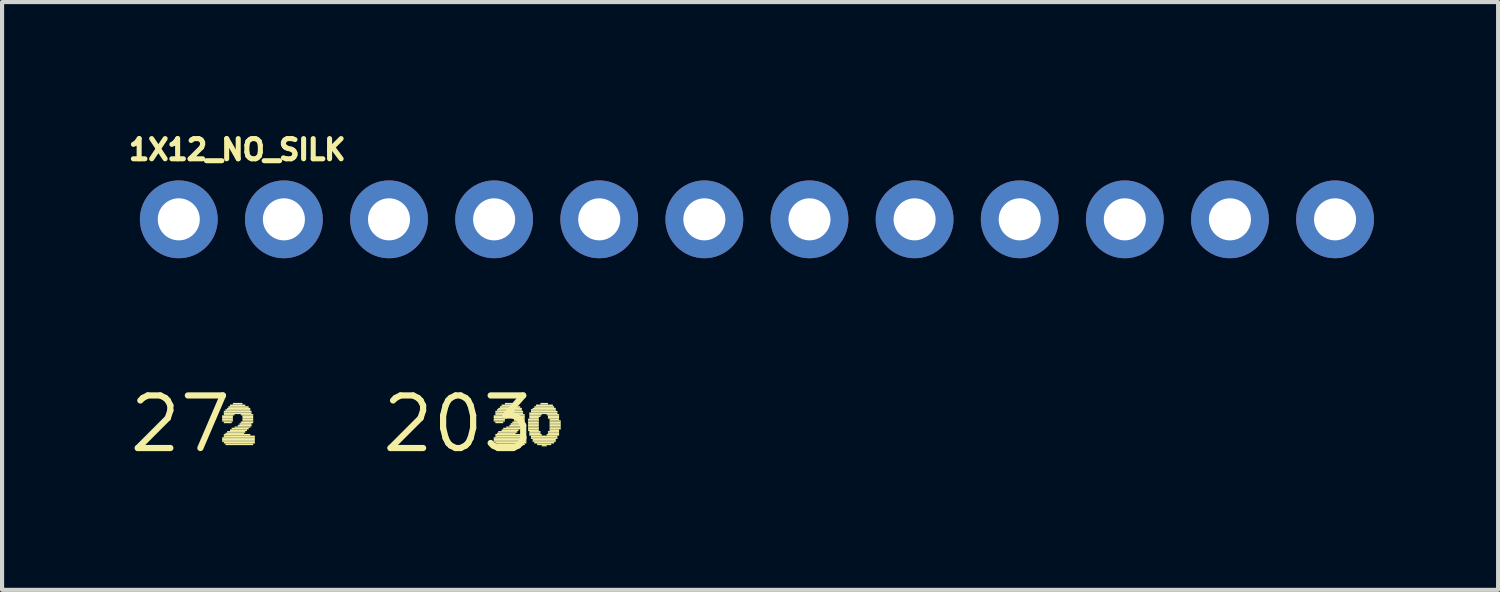
<source format=kicad_pcb>
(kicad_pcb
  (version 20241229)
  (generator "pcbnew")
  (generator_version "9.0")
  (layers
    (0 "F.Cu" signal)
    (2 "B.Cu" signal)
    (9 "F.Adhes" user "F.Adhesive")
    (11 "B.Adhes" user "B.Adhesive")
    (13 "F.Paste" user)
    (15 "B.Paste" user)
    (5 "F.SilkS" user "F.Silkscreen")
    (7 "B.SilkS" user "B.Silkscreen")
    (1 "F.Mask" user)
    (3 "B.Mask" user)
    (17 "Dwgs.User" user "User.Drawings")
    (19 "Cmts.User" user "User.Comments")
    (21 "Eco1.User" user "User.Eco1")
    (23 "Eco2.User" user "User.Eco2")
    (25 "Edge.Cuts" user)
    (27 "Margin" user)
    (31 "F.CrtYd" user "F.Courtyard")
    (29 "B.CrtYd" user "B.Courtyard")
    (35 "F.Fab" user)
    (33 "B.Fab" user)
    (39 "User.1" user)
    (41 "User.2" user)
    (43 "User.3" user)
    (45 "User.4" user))
  (footprint "1X12_NO_SILK"
    (layer "F.Cu")
    (at 1.27 2.25)
    (property "Reference" "1X12_NO_SILK" (at -1.27 -1.397 0) (layer "F.SilkS") (effects (font (size 0.488 0.488) (thickness 0.122)) (justify left bottom)))
    (pad "1" thru_hole circle (at 0 0 90) (size 1.88 1.88) (drill 1.016) (layers "*.Cu" "*.Mask"))
    (pad "2" thru_hole circle (at 2.54 0 90) (size 1.88 1.88) (drill 1.016) (layers "*.Cu" "*.Mask"))
    (pad "3" thru_hole circle (at 5.08 0 90) (size 1.88 1.88) (drill 1.016) (layers "*.Cu" "*.Mask"))
    (pad "4" thru_hole circle (at 7.62 0 90) (size 1.88 1.88) (drill 1.016) (layers "*.Cu" "*.Mask"))
    (pad "5" thru_hole circle (at 10.16 0 90) (size 1.88 1.88) (drill 1.016) (layers "*.Cu" "*.Mask"))
    (pad "6" thru_hole circle (at 12.7 0 90) (size 1.88 1.88) (drill 1.016) (layers "*.Cu" "*.Mask"))
    (pad "7" thru_hole circle (at 15.24 0 90) (size 1.88 1.88) (drill 1.016) (layers "*.Cu" "*.Mask"))
    (pad "8" thru_hole circle (at 17.78 0 90) (size 1.88 1.88) (drill 1.016) (layers "*.Cu" "*.Mask"))
    (pad "9" thru_hole circle (at 20.32 0 90) (size 1.88 1.88) (drill 1.016) (layers "*.Cu" "*.Mask"))
    (pad "10" thru_hole circle (at 22.86 0 90) (size 1.88 1.88) (drill 1.016) (layers "*.Cu" "*.Mask"))
    (pad "11" thru_hole circle (at 25.4 0 90) (size 1.88 1.88) (drill 1.016) (layers "*.Cu" "*.Mask"))
    (pad "12" thru_hole circle (at 27.94 0 90) (size 1.88 1.88) (drill 1.016) (layers "*.Cu" "*.Mask")))
  (footprint "27"
    (layer "F.Cu")
    (at 1.308 7.196)
    (property "Reference" "27" (at 0 0 0) (layer "F.SilkS") (effects (font (size 1.27 1.27) (thickness 0.15))))
    (fp_poly (pts (xy 1.01 -0.17) (xy 1.27 -0.17) (xy 1.27 -0.21) (xy 1.01 -0.21)) (stroke (width 0) (type default)) (fill yes) (layer "F.SilkS"))
    (fp_poly (pts (xy 1.01 -0.13) (xy 1.27 -0.13) (xy 1.27 -0.17) (xy 1.01 -0.17)) (stroke (width 0) (type default)) (fill yes) (layer "F.SilkS"))
    (fp_poly (pts (xy 1.01 -0.09) (xy 1.27 -0.09) (xy 1.27 -0.13) (xy 1.01 -0.13)) (stroke (width 0) (type default)) (fill yes) (layer "F.SilkS"))
    (fp_poly (pts (xy 1.01 -0.06) (xy 1.27 -0.06) (xy 1.27 -0.09) (xy 1.01 -0.09)) (stroke (width 0) (type default)) (fill yes) (layer "F.SilkS"))
    (fp_poly (pts (xy 1.01 0.36) (xy 1.8 0.36) (xy 1.8 0.32) (xy 1.01 0.32)) (stroke (width 0) (type default)) (fill yes) (layer "F.SilkS"))
    (fp_poly (pts (xy 1.01 0.39) (xy 1.8 0.39) (xy 1.8 0.36) (xy 1.01 0.36)) (stroke (width 0) (type default)) (fill yes) (layer "F.SilkS"))
    (fp_poly (pts (xy 1.01 0.43) (xy 1.8 0.43) (xy 1.8 0.39) (xy 1.01 0.39)) (stroke (width 0) (type default)) (fill yes) (layer "F.SilkS"))
    (fp_poly (pts (xy 1.05 -0.28) (xy 1.72 -0.28) (xy 1.72 -0.32) (xy 1.05 -0.32)) (stroke (width 0) (type default)) (fill yes) (layer "F.SilkS"))
    (fp_poly (pts (xy 1.05 -0.24) (xy 1.72 -0.24) (xy 1.72 -0.28) (xy 1.05 -0.28)) (stroke (width 0) (type default)) (fill yes) (layer "F.SilkS"))
    (fp_poly (pts (xy 1.05 -0.21) (xy 1.31 -0.21) (xy 1.31 -0.24) (xy 1.05 -0.24)) (stroke (width 0) (type default)) (fill yes) (layer "F.SilkS"))
    (fp_poly (pts (xy 1.05 -0.02) (xy 1.24 -0.02) (xy 1.24 -0.06) (xy 1.05 -0.06)) (stroke (width 0) (type default)) (fill yes) (layer "F.SilkS"))
    (fp_poly (pts (xy 1.05 0.28) (xy 1.69 0.28) (xy 1.69 0.24) (xy 1.05 0.24)) (stroke (width 0) (type default)) (fill yes) (layer "F.SilkS"))
    (fp_poly (pts (xy 1.05 0.32) (xy 1.8 0.32) (xy 1.8 0.28) (xy 1.05 0.28)) (stroke (width 0) (type default)) (fill yes) (layer "F.SilkS"))
    (fp_poly (pts (xy 1.05 0.47) (xy 1.8 0.47) (xy 1.8 0.43) (xy 1.05 0.43)) (stroke (width 0) (type default)) (fill yes) (layer "F.SilkS"))
    (fp_poly (pts (xy 1.09 -0.32) (xy 1.69 -0.32) (xy 1.69 -0.36) (xy 1.09 -0.36)) (stroke (width 0) (type default)) (fill yes) (layer "F.SilkS"))
    (fp_poly (pts (xy 1.09 0.24) (xy 1.54 0.24) (xy 1.54 0.21) (xy 1.09 0.21)) (stroke (width 0) (type default)) (fill yes) (layer "F.SilkS"))
    (fp_poly (pts (xy 1.09 0.51) (xy 1.76 0.51) (xy 1.76 0.47) (xy 1.09 0.47)) (stroke (width 0) (type default)) (fill yes) (layer "F.SilkS"))
    (fp_poly (pts (xy 1.13 -0.36) (xy 1.69 -0.36) (xy 1.69 -0.39) (xy 1.13 -0.39)) (stroke (width 0) (type default)) (fill yes) (layer "F.SilkS"))
    (fp_poly (pts (xy 1.13 0.21) (xy 1.57 0.21) (xy 1.57 0.17) (xy 1.13 0.17)) (stroke (width 0) (type default)) (fill yes) (layer "F.SilkS"))
    (fp_poly (pts (xy 1.16 -0.39) (xy 1.65 -0.39) (xy 1.65 -0.43) (xy 1.16 -0.43)) (stroke (width 0) (type default)) (fill yes) (layer "F.SilkS"))
    (fp_poly (pts (xy 1.2 -0.43) (xy 1.57 -0.43) (xy 1.57 -0.47) (xy 1.2 -0.47)) (stroke (width 0) (type default)) (fill yes) (layer "F.SilkS"))
    (fp_poly (pts (xy 1.2 0.17) (xy 1.61 0.17) (xy 1.61 0.13) (xy 1.2 0.13)) (stroke (width 0) (type default)) (fill yes) (layer "F.SilkS"))
    (fp_poly (pts (xy 1.24 0.13) (xy 1.65 0.13) (xy 1.65 0.09) (xy 1.24 0.09)) (stroke (width 0) (type default)) (fill yes) (layer "F.SilkS"))
    (fp_poly (pts (xy 1.27 -0.47) (xy 1.5 -0.47) (xy 1.5 -0.51) (xy 1.27 -0.51)) (stroke (width 0) (type default)) (fill yes) (layer "F.SilkS"))
    (fp_poly (pts (xy 1.31 0.09) (xy 1.69 0.09) (xy 1.69 0.06) (xy 1.31 0.06)) (stroke (width 0) (type default)) (fill yes) (layer "F.SilkS"))
    (fp_poly (pts (xy 1.39 0.06) (xy 1.72 0.06) (xy 1.72 0.02) (xy 1.39 0.02)) (stroke (width 0) (type default)) (fill yes) (layer "F.SilkS"))
    (fp_poly (pts (xy 1.43 0.02) (xy 1.72 0.02) (xy 1.72 -0.02) (xy 1.43 -0.02)) (stroke (width 0) (type default)) (fill yes) (layer "F.SilkS"))
    (fp_poly (pts (xy 1.46 -0.21) (xy 1.76 -0.21) (xy 1.76 -0.24) (xy 1.46 -0.24)) (stroke (width 0) (type default)) (fill yes) (layer "F.SilkS"))
    (fp_poly (pts (xy 1.46 -0.02) (xy 1.76 -0.02) (xy 1.76 -0.06) (xy 1.46 -0.06)) (stroke (width 0) (type default)) (fill yes) (layer "F.SilkS"))
    (fp_poly (pts (xy 1.5 -0.17) (xy 1.76 -0.17) (xy 1.76 -0.21) (xy 1.5 -0.21)) (stroke (width 0) (type default)) (fill yes) (layer "F.SilkS"))
    (fp_poly (pts (xy 1.5 -0.13) (xy 1.76 -0.13) (xy 1.76 -0.17) (xy 1.5 -0.17)) (stroke (width 0) (type default)) (fill yes) (layer "F.SilkS"))
    (fp_poly (pts (xy 1.5 -0.09) (xy 1.76 -0.09) (xy 1.76 -0.13) (xy 1.5 -0.13)) (stroke (width 0) (type default)) (fill yes) (layer "F.SilkS"))
    (fp_poly (pts (xy 1.5 -0.06) (xy 1.76 -0.06) (xy 1.76 -0.09) (xy 1.5 -0.09)) (stroke (width 0) (type default)) (fill yes) (layer "F.SilkS")))
  (footprint "203"
    (layer "F.Cu")
    (at 8.02 7.196)
    (property "Reference" "203" (at 0 0 0) (layer "F.SilkS") (effects (font (size 1.27 1.27) (thickness 0.15))))
    (fp_poly (pts (xy 0.86 -0.17) (xy 1.13 -0.17) (xy 1.13 -0.21) (xy 0.86 -0.21)) (stroke (width 0) (type default)) (fill yes) (layer "F.SilkS"))
    (fp_poly (pts (xy 0.86 -0.13) (xy 1.13 -0.13) (xy 1.13 -0.17) (xy 0.86 -0.17)) (stroke (width 0) (type default)) (fill yes) (layer "F.SilkS"))
    (fp_poly (pts (xy 0.86 -0.09) (xy 1.13 -0.09) (xy 1.13 -0.13) (xy 0.86 -0.13)) (stroke (width 0) (type default)) (fill yes) (layer "F.SilkS"))
    (fp_poly (pts (xy 0.86 -0.06) (xy 1.13 -0.06) (xy 1.13 -0.09) (xy 0.86 -0.09)) (stroke (width 0) (type default)) (fill yes) (layer "F.SilkS"))
    (fp_poly (pts (xy 0.86 0.36) (xy 1.65 0.36) (xy 1.65 0.32) (xy 0.86 0.32)) (stroke (width 0) (type default)) (fill yes) (layer "F.SilkS"))
    (fp_poly (pts (xy 0.86 0.39) (xy 1.65 0.39) (xy 1.65 0.36) (xy 0.86 0.36)) (stroke (width 0) (type default)) (fill yes) (layer "F.SilkS"))
    (fp_poly (pts (xy 0.86 0.43) (xy 1.65 0.43) (xy 1.65 0.39) (xy 0.86 0.39)) (stroke (width 0) (type default)) (fill yes) (layer "F.SilkS"))
    (fp_poly (pts (xy 0.9 -0.28) (xy 1.57 -0.28) (xy 1.57 -0.32) (xy 0.9 -0.32)) (stroke (width 0) (type default)) (fill yes) (layer "F.SilkS"))
    (fp_poly (pts (xy 0.9 -0.24) (xy 1.57 -0.24) (xy 1.57 -0.28) (xy 0.9 -0.28)) (stroke (width 0) (type default)) (fill yes) (layer "F.SilkS"))
    (fp_poly (pts (xy 0.9 -0.21) (xy 1.16 -0.21) (xy 1.16 -0.24) (xy 0.9 -0.24)) (stroke (width 0) (type default)) (fill yes) (layer "F.SilkS"))
    (fp_poly (pts (xy 0.9 -0.02) (xy 1.09 -0.02) (xy 1.09 -0.06) (xy 0.9 -0.06)) (stroke (width 0) (type default)) (fill yes) (layer "F.SilkS"))
    (fp_poly (pts (xy 0.9 0.28) (xy 1.54 0.28) (xy 1.54 0.24) (xy 0.9 0.24)) (stroke (width 0) (type default)) (fill yes) (layer "F.SilkS"))
    (fp_poly (pts (xy 0.9 0.32) (xy 1.65 0.32) (xy 1.65 0.28) (xy 0.9 0.28)) (stroke (width 0) (type default)) (fill yes) (layer "F.SilkS"))
    (fp_poly (pts (xy 0.9 0.47) (xy 1.65 0.47) (xy 1.65 0.43) (xy 0.9 0.43)) (stroke (width 0) (type default)) (fill yes) (layer "F.SilkS"))
    (fp_poly (pts (xy 0.94 -0.32) (xy 1.54 -0.32) (xy 1.54 -0.36) (xy 0.94 -0.36)) (stroke (width 0) (type default)) (fill yes) (layer "F.SilkS"))
    (fp_poly (pts (xy 0.94 0.24) (xy 1.39 0.24) (xy 1.39 0.21) (xy 0.94 0.21)) (stroke (width 0) (type default)) (fill yes) (layer "F.SilkS"))
    (fp_poly (pts (xy 0.94 0.51) (xy 1.61 0.51) (xy 1.61 0.47) (xy 0.94 0.47)) (stroke (width 0) (type default)) (fill yes) (layer "F.SilkS"))
    (fp_poly (pts (xy 0.97 -0.36) (xy 1.54 -0.36) (xy 1.54 -0.39) (xy 0.97 -0.39)) (stroke (width 0) (type default)) (fill yes) (layer "F.SilkS"))
    (fp_poly (pts (xy 0.97 0.21) (xy 1.43 0.21) (xy 1.43 0.17) (xy 0.97 0.17)) (stroke (width 0) (type default)) (fill yes) (layer "F.SilkS"))
    (fp_poly (pts (xy 1.01 -0.39) (xy 1.5 -0.39) (xy 1.5 -0.43) (xy 1.01 -0.43)) (stroke (width 0) (type default)) (fill yes) (layer "F.SilkS"))
    (fp_poly (pts (xy 1.05 -0.43) (xy 1.43 -0.43) (xy 1.43 -0.47) (xy 1.05 -0.47)) (stroke (width 0) (type default)) (fill yes) (layer "F.SilkS"))
    (fp_poly (pts (xy 1.05 0.17) (xy 1.46 0.17) (xy 1.46 0.13) (xy 1.05 0.13)) (stroke (width 0) (type default)) (fill yes) (layer "F.SilkS"))
    (fp_poly (pts (xy 1.09 0.13) (xy 1.5 0.13) (xy 1.5 0.09) (xy 1.09 0.09)) (stroke (width 0) (type default)) (fill yes) (layer "F.SilkS"))
    (fp_poly (pts (xy 1.13 -0.47) (xy 1.35 -0.47) (xy 1.35 -0.51) (xy 1.13 -0.51)) (stroke (width 0) (type default)) (fill yes) (layer "F.SilkS"))
    (fp_poly (pts (xy 1.16 0.09) (xy 1.54 0.09) (xy 1.54 0.06) (xy 1.16 0.06)) (stroke (width 0) (type default)) (fill yes) (layer "F.SilkS"))
    (fp_poly (pts (xy 1.24 0.06) (xy 1.57 0.06) (xy 1.57 0.02) (xy 1.24 0.02)) (stroke (width 0) (type default)) (fill yes) (layer "F.SilkS"))
    (fp_poly (pts (xy 1.27 0.02) (xy 1.57 0.02) (xy 1.57 -0.02) (xy 1.27 -0.02)) (stroke (width 0) (type default)) (fill yes) (layer "F.SilkS"))
    (fp_poly (pts (xy 1.31 -0.21) (xy 1.61 -0.21) (xy 1.61 -0.24) (xy 1.31 -0.24)) (stroke (width 0) (type default)) (fill yes) (layer "F.SilkS"))
    (fp_poly (pts (xy 1.31 -0.02) (xy 1.61 -0.02) (xy 1.61 -0.06) (xy 1.31 -0.06)) (stroke (width 0) (type default)) (fill yes) (layer "F.SilkS"))
    (fp_poly (pts (xy 1.35 -0.17) (xy 1.61 -0.17) (xy 1.61 -0.21) (xy 1.35 -0.21)) (stroke (width 0) (type default)) (fill yes) (layer "F.SilkS"))
    (fp_poly (pts (xy 1.35 -0.13) (xy 1.61 -0.13) (xy 1.61 -0.17) (xy 1.35 -0.17)) (stroke (width 0) (type default)) (fill yes) (layer "F.SilkS"))
    (fp_poly (pts (xy 1.35 -0.09) (xy 1.61 -0.09) (xy 1.61 -0.13) (xy 1.35 -0.13)) (stroke (width 0) (type default)) (fill yes) (layer "F.SilkS"))
    (fp_poly (pts (xy 1.35 -0.06) (xy 1.61 -0.06) (xy 1.61 -0.09) (xy 1.35 -0.09)) (stroke (width 0) (type default)) (fill yes) (layer "F.SilkS"))
    (fp_poly (pts (xy 1.69 -0.09) (xy 1.95 -0.09) (xy 1.95 -0.13) (xy 1.69 -0.13)) (stroke (width 0) (type default)) (fill yes) (layer "F.SilkS"))
    (fp_poly (pts (xy 1.69 -0.06) (xy 1.95 -0.06) (xy 1.95 -0.09) (xy 1.69 -0.09)) (stroke (width 0) (type default)) (fill yes) (layer "F.SilkS"))
    (fp_poly (pts (xy 1.69 -0.02) (xy 1.95 -0.02) (xy 1.95 -0.06) (xy 1.69 -0.06)) (stroke (width 0) (type default)) (fill yes) (layer "F.SilkS"))
    (fp_poly (pts (xy 1.69 0.02) (xy 1.95 0.02) (xy 1.95 -0.02) (xy 1.69 -0.02)) (stroke (width 0) (type default)) (fill yes) (layer "F.SilkS"))
    (fp_poly (pts (xy 1.69 0.06) (xy 1.95 0.06) (xy 1.95 0.02) (xy 1.69 0.02)) (stroke (width 0) (type default)) (fill yes) (layer "F.SilkS"))
    (fp_poly (pts (xy 1.69 0.09) (xy 1.95 0.09) (xy 1.95 0.06) (xy 1.69 0.06)) (stroke (width 0) (type default)) (fill yes) (layer "F.SilkS"))
    (fp_poly (pts (xy 1.69 0.13) (xy 1.95 0.13) (xy 1.95 0.09) (xy 1.69 0.09)) (stroke (width 0) (type default)) (fill yes) (layer "F.SilkS"))
    (fp_poly (pts (xy 1.69 0.17) (xy 1.95 0.17) (xy 1.95 0.13) (xy 1.69 0.13)) (stroke (width 0) (type default)) (fill yes) (layer "F.SilkS"))
    (fp_poly (pts (xy 1.72 -0.24) (xy 2.4 -0.24) (xy 2.4 -0.28) (xy 1.72 -0.28)) (stroke (width 0) (type default)) (fill yes) (layer "F.SilkS"))
    (fp_poly (pts (xy 1.72 -0.21) (xy 2.02 -0.21) (xy 2.02 -0.24) (xy 1.72 -0.24)) (stroke (width 0) (type default)) (fill yes) (layer "F.SilkS"))
    (fp_poly (pts (xy 1.72 -0.17) (xy 1.99 -0.17) (xy 1.99 -0.21) (xy 1.72 -0.21)) (stroke (width 0) (type default)) (fill yes) (layer "F.SilkS"))
    (fp_poly (pts (xy 1.72 -0.13) (xy 1.95 -0.13) (xy 1.95 -0.17) (xy 1.72 -0.17)) (stroke (width 0) (type default)) (fill yes) (layer "F.SilkS"))
    (fp_poly (pts (xy 1.72 0.21) (xy 1.99 0.21) (xy 1.99 0.17) (xy 1.72 0.17)) (stroke (width 0) (type default)) (fill yes) (layer "F.SilkS"))
    (fp_poly (pts (xy 1.72 0.24) (xy 1.99 0.24) (xy 1.99 0.21) (xy 1.72 0.21)) (stroke (width 0) (type default)) (fill yes) (layer "F.SilkS"))
    (fp_poly (pts (xy 1.72 0.28) (xy 2.02 0.28) (xy 2.02 0.24) (xy 1.72 0.24)) (stroke (width 0) (type default)) (fill yes) (layer "F.SilkS"))
    (fp_poly (pts (xy 1.76 -0.32) (xy 2.36 -0.32) (xy 2.36 -0.36) (xy 1.76 -0.36)) (stroke (width 0) (type default)) (fill yes) (layer "F.SilkS"))
    (fp_poly (pts (xy 1.76 -0.28) (xy 2.4 -0.28) (xy 2.4 -0.32) (xy 1.76 -0.32)) (stroke (width 0) (type default)) (fill yes) (layer "F.SilkS"))
    (fp_poly (pts (xy 1.76 0.32) (xy 2.4 0.32) (xy 2.4 0.28) (xy 1.76 0.28)) (stroke (width 0) (type default)) (fill yes) (layer "F.SilkS"))
    (fp_poly (pts (xy 1.76 0.36) (xy 2.4 0.36) (xy 2.4 0.32) (xy 1.76 0.32)) (stroke (width 0) (type default)) (fill yes) (layer "F.SilkS"))
    (fp_poly (pts (xy 1.8 -0.36) (xy 2.36 -0.36) (xy 2.36 -0.39) (xy 1.8 -0.39)) (stroke (width 0) (type default)) (fill yes) (layer "F.SilkS"))
    (fp_poly (pts (xy 1.8 0.39) (xy 2.36 0.39) (xy 2.36 0.36) (xy 1.8 0.36)) (stroke (width 0) (type default)) (fill yes) (layer "F.SilkS"))
    (fp_poly (pts (xy 1.8 0.43) (xy 2.36 0.43) (xy 2.36 0.39) (xy 1.8 0.39)) (stroke (width 0) (type default)) (fill yes) (layer "F.SilkS"))
    (fp_poly (pts (xy 1.84 -0.39) (xy 2.32 -0.39) (xy 2.32 -0.43) (xy 1.84 -0.43)) (stroke (width 0) (type default)) (fill yes) (layer "F.SilkS"))
    (fp_poly (pts (xy 1.84 0.47) (xy 2.32 0.47) (xy 2.32 0.43) (xy 1.84 0.43)) (stroke (width 0) (type default)) (fill yes) (layer "F.SilkS"))
    (fp_poly (pts (xy 1.88 -0.43) (xy 2.29 -0.43) (xy 2.29 -0.47) (xy 1.88 -0.47)) (stroke (width 0) (type default)) (fill yes) (layer "F.SilkS"))
    (fp_poly (pts (xy 1.91 0.51) (xy 2.25 0.51) (xy 2.25 0.47) (xy 1.91 0.47)) (stroke (width 0) (type default)) (fill yes) (layer "F.SilkS"))
    (fp_poly (pts (xy 1.99 -0.47) (xy 2.17 -0.47) (xy 2.17 -0.51) (xy 1.99 -0.51)) (stroke (width 0) (type default)) (fill yes) (layer "F.SilkS"))
    (fp_poly (pts (xy 2.02 0.54) (xy 2.14 0.54) (xy 2.14 0.51) (xy 2.02 0.51)) (stroke (width 0) (type default)) (fill yes) (layer "F.SilkS"))
    (fp_poly (pts (xy 2.14 -0.21) (xy 2.44 -0.21) (xy 2.44 -0.24) (xy 2.14 -0.24)) (stroke (width 0) (type default)) (fill yes) (layer "F.SilkS"))
    (fp_poly (pts (xy 2.14 0.28) (xy 2.44 0.28) (xy 2.44 0.24) (xy 2.14 0.24)) (stroke (width 0) (type default)) (fill yes) (layer "F.SilkS"))
    (fp_poly (pts (xy 2.17 -0.17) (xy 2.44 -0.17) (xy 2.44 -0.21) (xy 2.17 -0.21)) (stroke (width 0) (type default)) (fill yes) (layer "F.SilkS"))
    (fp_poly (pts (xy 2.17 -0.13) (xy 2.44 -0.13) (xy 2.44 -0.17) (xy 2.17 -0.17)) (stroke (width 0) (type default)) (fill yes) (layer "F.SilkS"))
    (fp_poly (pts (xy 2.17 0.21) (xy 2.44 0.21) (xy 2.44 0.17) (xy 2.17 0.17)) (stroke (width 0) (type default)) (fill yes) (layer "F.SilkS"))
    (fp_poly (pts (xy 2.17 0.24) (xy 2.44 0.24) (xy 2.44 0.21) (xy 2.17 0.21)) (stroke (width 0) (type default)) (fill yes) (layer "F.SilkS"))
    (fp_poly (pts (xy 2.21 -0.09) (xy 2.44 -0.09) (xy 2.44 -0.13) (xy 2.21 -0.13)) (stroke (width 0) (type default)) (fill yes) (layer "F.SilkS"))
    (fp_poly (pts (xy 2.21 -0.06) (xy 2.48 -0.06) (xy 2.48 -0.09) (xy 2.21 -0.09)) (stroke (width 0) (type default)) (fill yes) (layer "F.SilkS"))
    (fp_poly (pts (xy 2.21 -0.02) (xy 2.48 -0.02) (xy 2.48 -0.06) (xy 2.21 -0.06)) (stroke (width 0) (type default)) (fill yes) (layer "F.SilkS"))
    (fp_poly (pts (xy 2.21 0.02) (xy 2.48 0.02) (xy 2.48 -0.02) (xy 2.21 -0.02)) (stroke (width 0) (type default)) (fill yes) (layer "F.SilkS"))
    (fp_poly (pts (xy 2.21 0.06) (xy 2.48 0.06) (xy 2.48 0.02) (xy 2.21 0.02)) (stroke (width 0) (type default)) (fill yes) (layer "F.SilkS"))
    (fp_poly (pts (xy 2.21 0.09) (xy 2.48 0.09) (xy 2.48 0.06) (xy 2.21 0.06)) (stroke (width 0) (type default)) (fill yes) (layer "F.SilkS"))
    (fp_poly (pts (xy 2.21 0.13) (xy 2.48 0.13) (xy 2.48 0.09) (xy 2.21 0.09)) (stroke (width 0) (type default)) (fill yes) (layer "F.SilkS"))
    (fp_poly (pts (xy 2.21 0.17) (xy 2.44 0.17) (xy 2.44 0.13) (xy 2.21 0.13)) (stroke (width 0) (type default)) (fill yes) (layer "F.SilkS")))
  (gr_rect
    (start -3 -3)
    (end 33.15 11.203)
    (stroke (width 0.1) (type default))
    (fill no)
    (layer "Edge.Cuts")))
</source>
